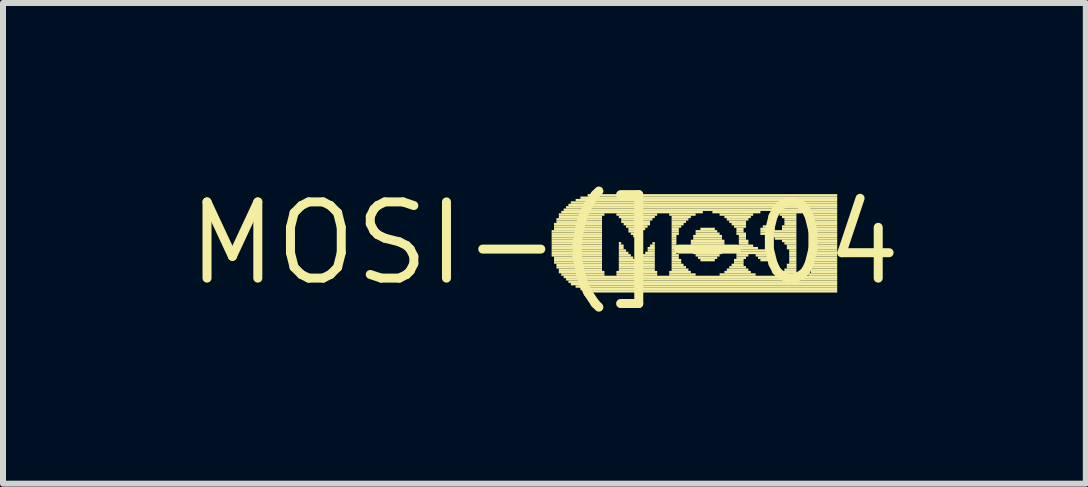
<source format=kicad_pcb>
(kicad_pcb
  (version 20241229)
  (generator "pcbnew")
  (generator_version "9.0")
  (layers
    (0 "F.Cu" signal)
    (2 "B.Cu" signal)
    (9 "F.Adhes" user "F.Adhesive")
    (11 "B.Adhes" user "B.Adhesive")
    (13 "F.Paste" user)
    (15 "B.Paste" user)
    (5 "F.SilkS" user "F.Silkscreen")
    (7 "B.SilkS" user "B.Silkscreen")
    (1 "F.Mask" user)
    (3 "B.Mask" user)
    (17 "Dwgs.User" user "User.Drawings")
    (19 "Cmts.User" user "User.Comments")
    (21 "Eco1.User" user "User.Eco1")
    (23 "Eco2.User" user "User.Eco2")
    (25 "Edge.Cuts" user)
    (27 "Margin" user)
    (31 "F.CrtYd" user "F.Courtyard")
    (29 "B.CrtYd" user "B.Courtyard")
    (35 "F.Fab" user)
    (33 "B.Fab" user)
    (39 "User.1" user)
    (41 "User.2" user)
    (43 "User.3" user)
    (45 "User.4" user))
  (footprint "MOSI-(]-04"
    (layer "F.Cu")
    (at 6.025 1.006)
    (property "Reference" "MOSI-(]-04" (at 0 0 0) (layer "F.SilkS") (effects (font (size 1.27 1.27) (thickness 0.15))))
    (attr through_hole)
    (fp_poly (pts (xy 0.12 -0.18) (xy 0.96 -0.18) (xy 0.96 -0.22) (xy 0.12 -0.22)) (stroke (width 0) (type solid)) (fill yes) (layer "F.SilkS"))
    (fp_poly (pts (xy 0.12 -0.14) (xy 0.96 -0.14) (xy 0.96 -0.18) (xy 0.12 -0.18)) (stroke (width 0) (type solid)) (fill yes) (layer "F.SilkS"))
    (fp_poly (pts (xy 0.12 -0.1) (xy 0.96 -0.1) (xy 0.96 -0.14) (xy 0.12 -0.14)) (stroke (width 0) (type solid)) (fill yes) (layer "F.SilkS"))
    (fp_poly (pts (xy 0.12 -0.06) (xy 0.96 -0.06) (xy 0.96 -0.1) (xy 0.12 -0.1)) (stroke (width 0) (type solid)) (fill yes) (layer "F.SilkS"))
    (fp_poly (pts (xy 0.12 -0.02) (xy 0.96 -0.02) (xy 0.96 -0.06) (xy 0.12 -0.06)) (stroke (width 0) (type solid)) (fill yes) (layer "F.SilkS"))
    (fp_poly (pts (xy 0.12 0.02) (xy 0.96 0.02) (xy 0.96 -0.02) (xy 0.12 -0.02)) (stroke (width 0) (type solid)) (fill yes) (layer "F.SilkS"))
    (fp_poly (pts (xy 0.12 0.06) (xy 0.96 0.06) (xy 0.96 0.02) (xy 0.12 0.02)) (stroke (width 0) (type solid)) (fill yes) (layer "F.SilkS"))
    (fp_poly (pts (xy 0.12 0.1) (xy 0.96 0.1) (xy 0.96 0.06) (xy 0.12 0.06)) (stroke (width 0) (type solid)) (fill yes) (layer "F.SilkS"))
    (fp_poly (pts (xy 0.12 0.14) (xy 0.96 0.14) (xy 0.96 0.1) (xy 0.12 0.1)) (stroke (width 0) (type solid)) (fill yes) (layer "F.SilkS"))
    (fp_poly (pts (xy 0.12 0.18) (xy 0.96 0.18) (xy 0.96 0.14) (xy 0.12 0.14)) (stroke (width 0) (type solid)) (fill yes) (layer "F.SilkS"))
    (fp_poly (pts (xy 0.12 0.22) (xy 0.96 0.22) (xy 0.96 0.18) (xy 0.12 0.18)) (stroke (width 0) (type solid)) (fill yes) (layer "F.SilkS"))
    (fp_poly (pts (xy 0.16 -0.3) (xy 0.96 -0.3) (xy 0.96 -0.34) (xy 0.16 -0.34)) (stroke (width 0) (type solid)) (fill yes) (layer "F.SilkS"))
    (fp_poly (pts (xy 0.16 -0.26) (xy 0.96 -0.26) (xy 0.96 -0.3) (xy 0.16 -0.3)) (stroke (width 0) (type solid)) (fill yes) (layer "F.SilkS"))
    (fp_poly (pts (xy 0.16 -0.22) (xy 0.96 -0.22) (xy 0.96 -0.26) (xy 0.16 -0.26)) (stroke (width 0) (type solid)) (fill yes) (layer "F.SilkS"))
    (fp_poly (pts (xy 0.16 0.26) (xy 0.96 0.26) (xy 0.96 0.22) (xy 0.16 0.22)) (stroke (width 0) (type solid)) (fill yes) (layer "F.SilkS"))
    (fp_poly (pts (xy 0.16 0.3) (xy 0.96 0.3) (xy 0.96 0.26) (xy 0.16 0.26)) (stroke (width 0) (type solid)) (fill yes) (layer "F.SilkS"))
    (fp_poly (pts (xy 0.16 0.34) (xy 0.96 0.34) (xy 0.96 0.3) (xy 0.16 0.3)) (stroke (width 0) (type solid)) (fill yes) (layer "F.SilkS"))
    (fp_poly (pts (xy 0.2 -0.38) (xy 0.96 -0.38) (xy 0.96 -0.42) (xy 0.2 -0.42)) (stroke (width 0) (type solid)) (fill yes) (layer "F.SilkS"))
    (fp_poly (pts (xy 0.2 -0.34) (xy 0.96 -0.34) (xy 0.96 -0.38) (xy 0.2 -0.38)) (stroke (width 0) (type solid)) (fill yes) (layer "F.SilkS"))
    (fp_poly (pts (xy 0.2 0.38) (xy 0.96 0.38) (xy 0.96 0.34) (xy 0.2 0.34)) (stroke (width 0) (type solid)) (fill yes) (layer "F.SilkS"))
    (fp_poly (pts (xy 0.2 0.42) (xy 0.96 0.42) (xy 0.96 0.38) (xy 0.2 0.38)) (stroke (width 0) (type solid)) (fill yes) (layer "F.SilkS"))
    (fp_poly (pts (xy 0.24 -0.46) (xy 1 -0.46) (xy 1 -0.5) (xy 0.24 -0.5)) (stroke (width 0) (type solid)) (fill yes) (layer "F.SilkS"))
    (fp_poly (pts (xy 0.24 -0.42) (xy 0.96 -0.42) (xy 0.96 -0.46) (xy 0.24 -0.46)) (stroke (width 0) (type solid)) (fill yes) (layer "F.SilkS"))
    (fp_poly (pts (xy 0.24 0.46) (xy 0.96 0.46) (xy 0.96 0.42) (xy 0.24 0.42)) (stroke (width 0) (type solid)) (fill yes) (layer "F.SilkS"))
    (fp_poly (pts (xy 0.24 0.5) (xy 1 0.5) (xy 1 0.46) (xy 0.24 0.46)) (stroke (width 0) (type solid)) (fill yes) (layer "F.SilkS"))
    (fp_poly (pts (xy 0.28 -0.5) (xy 2.64 -0.5) (xy 2.64 -0.54) (xy 0.28 -0.54)) (stroke (width 0) (type solid)) (fill yes) (layer "F.SilkS"))
    (fp_poly (pts (xy 0.28 0.54) (xy 1 0.54) (xy 1 0.5) (xy 0.28 0.5)) (stroke (width 0) (type solid)) (fill yes) (layer "F.SilkS"))
    (fp_poly (pts (xy 0.32 -0.54) (xy 4.88 -0.54) (xy 4.88 -0.58) (xy 0.32 -0.58)) (stroke (width 0) (type solid)) (fill yes) (layer "F.SilkS"))
    (fp_poly (pts (xy 0.32 0.58) (xy 4.88 0.58) (xy 4.88 0.54) (xy 0.32 0.54)) (stroke (width 0) (type solid)) (fill yes) (layer "F.SilkS"))
    (fp_poly (pts (xy 0.36 -0.58) (xy 4.88 -0.58) (xy 4.88 -0.62) (xy 0.36 -0.62)) (stroke (width 0) (type solid)) (fill yes) (layer "F.SilkS"))
    (fp_poly (pts (xy 0.36 0.62) (xy 4.88 0.62) (xy 4.88 0.58) (xy 0.36 0.58)) (stroke (width 0) (type solid)) (fill yes) (layer "F.SilkS"))
    (fp_poly (pts (xy 0.4 -0.62) (xy 4.88 -0.62) (xy 4.88 -0.66) (xy 0.4 -0.66)) (stroke (width 0) (type solid)) (fill yes) (layer "F.SilkS"))
    (fp_poly (pts (xy 0.4 0.66) (xy 4.88 0.66) (xy 4.88 0.62) (xy 0.4 0.62)) (stroke (width 0) (type solid)) (fill yes) (layer "F.SilkS"))
    (fp_poly (pts (xy 0.44 -0.66) (xy 4.88 -0.66) (xy 4.88 -0.7) (xy 0.44 -0.7)) (stroke (width 0) (type solid)) (fill yes) (layer "F.SilkS"))
    (fp_poly (pts (xy 0.44 0.7) (xy 4.88 0.7) (xy 4.88 0.66) (xy 0.44 0.66)) (stroke (width 0) (type solid)) (fill yes) (layer "F.SilkS"))
    (fp_poly (pts (xy 0.52 -0.7) (xy 4.88 -0.7) (xy 4.88 -0.74) (xy 0.52 -0.74)) (stroke (width 0) (type solid)) (fill yes) (layer "F.SilkS"))
    (fp_poly (pts (xy 0.52 0.74) (xy 4.88 0.74) (xy 4.88 0.7) (xy 0.52 0.7)) (stroke (width 0) (type solid)) (fill yes) (layer "F.SilkS"))
    (fp_poly (pts (xy 0.6 -0.74) (xy 4.88 -0.74) (xy 4.88 -0.78) (xy 0.6 -0.78)) (stroke (width 0) (type solid)) (fill yes) (layer "F.SilkS"))
    (fp_poly (pts (xy 0.6 0.78) (xy 4.88 0.78) (xy 4.88 0.74) (xy 0.6 0.74)) (stroke (width 0) (type solid)) (fill yes) (layer "F.SilkS"))
    (fp_poly (pts (xy 0.72 -0.78) (xy 4.88 -0.78) (xy 4.88 -0.82) (xy 0.72 -0.82)) (stroke (width 0) (type solid)) (fill yes) (layer "F.SilkS"))
    (fp_poly (pts (xy 0.72 0.82) (xy 4.88 0.82) (xy 4.88 0.78) (xy 0.72 0.78)) (stroke (width 0) (type solid)) (fill yes) (layer "F.SilkS"))
    (fp_poly (pts (xy 1.2 -0.46) (xy 1.88 -0.46) (xy 1.88 -0.5) (xy 1.2 -0.5)) (stroke (width 0) (type solid)) (fill yes) (layer "F.SilkS"))
    (fp_poly (pts (xy 1.2 0.5) (xy 1.88 0.5) (xy 1.88 0.46) (xy 1.2 0.46)) (stroke (width 0) (type solid)) (fill yes) (layer "F.SilkS"))
    (fp_poly (pts (xy 1.2 0.54) (xy 1.88 0.54) (xy 1.88 0.5) (xy 1.2 0.5)) (stroke (width 0) (type solid)) (fill yes) (layer "F.SilkS"))
    (fp_poly (pts (xy 1.24 -0.42) (xy 1.84 -0.42) (xy 1.84 -0.46) (xy 1.24 -0.46)) (stroke (width 0) (type solid)) (fill yes) (layer "F.SilkS"))
    (fp_poly (pts (xy 1.24 0.02) (xy 1.28 0.02) (xy 1.28 -0.02) (xy 1.24 -0.02)) (stroke (width 0) (type solid)) (fill yes) (layer "F.SilkS"))
    (fp_poly (pts (xy 1.24 0.06) (xy 1.32 0.06) (xy 1.32 0.02) (xy 1.24 0.02)) (stroke (width 0) (type solid)) (fill yes) (layer "F.SilkS"))
    (fp_poly (pts (xy 1.24 0.1) (xy 1.32 0.1) (xy 1.32 0.06) (xy 1.24 0.06)) (stroke (width 0) (type solid)) (fill yes) (layer "F.SilkS"))
    (fp_poly (pts (xy 1.24 0.14) (xy 1.36 0.14) (xy 1.36 0.1) (xy 1.24 0.1)) (stroke (width 0) (type solid)) (fill yes) (layer "F.SilkS"))
    (fp_poly (pts (xy 1.24 0.18) (xy 1.4 0.18) (xy 1.4 0.14) (xy 1.24 0.14)) (stroke (width 0) (type solid)) (fill yes) (layer "F.SilkS"))
    (fp_poly (pts (xy 1.24 0.22) (xy 1.44 0.22) (xy 1.44 0.18) (xy 1.24 0.18)) (stroke (width 0) (type solid)) (fill yes) (layer "F.SilkS"))
    (fp_poly (pts (xy 1.24 0.26) (xy 1.48 0.26) (xy 1.48 0.22) (xy 1.24 0.22)) (stroke (width 0) (type solid)) (fill yes) (layer "F.SilkS"))
    (fp_poly (pts (xy 1.24 0.3) (xy 1.84 0.3) (xy 1.84 0.26) (xy 1.24 0.26)) (stroke (width 0) (type solid)) (fill yes) (layer "F.SilkS"))
    (fp_poly (pts (xy 1.24 0.34) (xy 1.84 0.34) (xy 1.84 0.3) (xy 1.24 0.3)) (stroke (width 0) (type solid)) (fill yes) (layer "F.SilkS"))
    (fp_poly (pts (xy 1.24 0.38) (xy 1.84 0.38) (xy 1.84 0.34) (xy 1.24 0.34)) (stroke (width 0) (type solid)) (fill yes) (layer "F.SilkS"))
    (fp_poly (pts (xy 1.24 0.42) (xy 1.84 0.42) (xy 1.84 0.38) (xy 1.24 0.38)) (stroke (width 0) (type solid)) (fill yes) (layer "F.SilkS"))
    (fp_poly (pts (xy 1.24 0.46) (xy 1.84 0.46) (xy 1.84 0.42) (xy 1.24 0.42)) (stroke (width 0) (type solid)) (fill yes) (layer "F.SilkS"))
    (fp_poly (pts (xy 1.28 -0.38) (xy 1.8 -0.38) (xy 1.8 -0.42) (xy 1.28 -0.42)) (stroke (width 0) (type solid)) (fill yes) (layer "F.SilkS"))
    (fp_poly (pts (xy 1.28 -0.34) (xy 1.76 -0.34) (xy 1.76 -0.38) (xy 1.28 -0.38)) (stroke (width 0) (type solid)) (fill yes) (layer "F.SilkS"))
    (fp_poly (pts (xy 1.32 -0.3) (xy 1.76 -0.3) (xy 1.76 -0.34) (xy 1.32 -0.34)) (stroke (width 0) (type solid)) (fill yes) (layer "F.SilkS"))
    (fp_poly (pts (xy 1.36 -0.26) (xy 1.72 -0.26) (xy 1.72 -0.3) (xy 1.36 -0.3)) (stroke (width 0) (type solid)) (fill yes) (layer "F.SilkS"))
    (fp_poly (pts (xy 1.4 -0.22) (xy 1.68 -0.22) (xy 1.68 -0.26) (xy 1.4 -0.26)) (stroke (width 0) (type solid)) (fill yes) (layer "F.SilkS"))
    (fp_poly (pts (xy 1.4 -0.18) (xy 1.64 -0.18) (xy 1.64 -0.22) (xy 1.4 -0.22)) (stroke (width 0) (type solid)) (fill yes) (layer "F.SilkS"))
    (fp_poly (pts (xy 1.44 -0.14) (xy 1.64 -0.14) (xy 1.64 -0.18) (xy 1.44 -0.18)) (stroke (width 0) (type solid)) (fill yes) (layer "F.SilkS"))
    (fp_poly (pts (xy 1.48 -0.1) (xy 1.6 -0.1) (xy 1.6 -0.14) (xy 1.48 -0.14)) (stroke (width 0) (type solid)) (fill yes) (layer "F.SilkS"))
    (fp_poly (pts (xy 1.52 -0.06) (xy 1.56 -0.06) (xy 1.56 -0.1) (xy 1.52 -0.1)) (stroke (width 0) (type solid)) (fill yes) (layer "F.SilkS"))
    (fp_poly (pts (xy 1.6 0.26) (xy 1.84 0.26) (xy 1.84 0.22) (xy 1.6 0.22)) (stroke (width 0) (type solid)) (fill yes) (layer "F.SilkS"))
    (fp_poly (pts (xy 1.64 0.22) (xy 1.84 0.22) (xy 1.84 0.18) (xy 1.64 0.18)) (stroke (width 0) (type solid)) (fill yes) (layer "F.SilkS"))
    (fp_poly (pts (xy 1.68 0.18) (xy 1.84 0.18) (xy 1.84 0.14) (xy 1.68 0.14)) (stroke (width 0) (type solid)) (fill yes) (layer "F.SilkS"))
    (fp_poly (pts (xy 1.72 0.1) (xy 1.84 0.1) (xy 1.84 0.06) (xy 1.72 0.06)) (stroke (width 0) (type solid)) (fill yes) (layer "F.SilkS"))
    (fp_poly (pts (xy 1.72 0.14) (xy 1.84 0.14) (xy 1.84 0.1) (xy 1.72 0.1)) (stroke (width 0) (type solid)) (fill yes) (layer "F.SilkS"))
    (fp_poly (pts (xy 1.76 0.06) (xy 1.84 0.06) (xy 1.84 0.02) (xy 1.76 0.02)) (stroke (width 0) (type solid)) (fill yes) (layer "F.SilkS"))
    (fp_poly (pts (xy 1.8 0.02) (xy 1.84 0.02) (xy 1.84 -0.02) (xy 1.8 -0.02)) (stroke (width 0) (type solid)) (fill yes) (layer "F.SilkS"))
    (fp_poly (pts (xy 2.08 -0.46) (xy 2.52 -0.46) (xy 2.52 -0.5) (xy 2.08 -0.5)) (stroke (width 0) (type solid)) (fill yes) (layer "F.SilkS"))
    (fp_poly (pts (xy 2.08 0.5) (xy 2.44 0.5) (xy 2.44 0.46) (xy 2.08 0.46)) (stroke (width 0) (type solid)) (fill yes) (layer "F.SilkS"))
    (fp_poly (pts (xy 2.08 0.54) (xy 2.52 0.54) (xy 2.52 0.5) (xy 2.08 0.5)) (stroke (width 0) (type solid)) (fill yes) (layer "F.SilkS"))
    (fp_poly (pts (xy 2.12 -0.42) (xy 2.44 -0.42) (xy 2.44 -0.46) (xy 2.12 -0.46)) (stroke (width 0) (type solid)) (fill yes) (layer "F.SilkS"))
    (fp_poly (pts (xy 2.12 -0.38) (xy 2.4 -0.38) (xy 2.4 -0.42) (xy 2.12 -0.42)) (stroke (width 0) (type solid)) (fill yes) (layer "F.SilkS"))
    (fp_poly (pts (xy 2.12 -0.34) (xy 2.36 -0.34) (xy 2.36 -0.38) (xy 2.12 -0.38)) (stroke (width 0) (type solid)) (fill yes) (layer "F.SilkS"))
    (fp_poly (pts (xy 2.12 -0.3) (xy 2.32 -0.3) (xy 2.32 -0.34) (xy 2.12 -0.34)) (stroke (width 0) (type solid)) (fill yes) (layer "F.SilkS"))
    (fp_poly (pts (xy 2.12 -0.26) (xy 2.28 -0.26) (xy 2.28 -0.3) (xy 2.12 -0.3)) (stroke (width 0) (type solid)) (fill yes) (layer "F.SilkS"))
    (fp_poly (pts (xy 2.12 -0.22) (xy 2.24 -0.22) (xy 2.24 -0.26) (xy 2.12 -0.26)) (stroke (width 0) (type solid)) (fill yes) (layer "F.SilkS"))
    (fp_poly (pts (xy 2.12 -0.18) (xy 2.24 -0.18) (xy 2.24 -0.22) (xy 2.12 -0.22)) (stroke (width 0) (type solid)) (fill yes) (layer "F.SilkS"))
    (fp_poly (pts (xy 2.12 -0.14) (xy 2.24 -0.14) (xy 2.24 -0.18) (xy 2.12 -0.18)) (stroke (width 0) (type solid)) (fill yes) (layer "F.SilkS"))
    (fp_poly (pts (xy 2.12 -0.1) (xy 2.2 -0.1) (xy 2.2 -0.14) (xy 2.12 -0.14)) (stroke (width 0) (type solid)) (fill yes) (layer "F.SilkS"))
    (fp_poly (pts (xy 2.12 -0.06) (xy 2.2 -0.06) (xy 2.2 -0.1) (xy 2.12 -0.1)) (stroke (width 0) (type solid)) (fill yes) (layer "F.SilkS"))
    (fp_poly (pts (xy 2.12 -0.02) (xy 2.2 -0.02) (xy 2.2 -0.06) (xy 2.12 -0.06)) (stroke (width 0) (type solid)) (fill yes) (layer "F.SilkS"))
    (fp_poly (pts (xy 2.12 0.02) (xy 2.2 0.02) (xy 2.2 -0.02) (xy 2.12 -0.02)) (stroke (width 0) (type solid)) (fill yes) (layer "F.SilkS"))
    (fp_poly (pts (xy 2.12 0.06) (xy 2.2 0.06) (xy 2.2 0.02) (xy 2.12 0.02)) (stroke (width 0) (type solid)) (fill yes) (layer "F.SilkS"))
    (fp_poly (pts (xy 2.12 0.1) (xy 2.2 0.1) (xy 2.2 0.06) (xy 2.12 0.06)) (stroke (width 0) (type solid)) (fill yes) (layer "F.SilkS"))
    (fp_poly (pts (xy 2.12 0.14) (xy 2.2 0.14) (xy 2.2 0.1) (xy 2.12 0.1)) (stroke (width 0) (type solid)) (fill yes) (layer "F.SilkS"))
    (fp_poly (pts (xy 2.12 0.18) (xy 2.2 0.18) (xy 2.2 0.14) (xy 2.12 0.14)) (stroke (width 0) (type solid)) (fill yes) (layer "F.SilkS"))
    (fp_poly (pts (xy 2.12 0.22) (xy 2.24 0.22) (xy 2.24 0.18) (xy 2.12 0.18)) (stroke (width 0) (type solid)) (fill yes) (layer "F.SilkS"))
    (fp_poly (pts (xy 2.12 0.26) (xy 2.24 0.26) (xy 2.24 0.22) (xy 2.12 0.22)) (stroke (width 0) (type solid)) (fill yes) (layer "F.SilkS"))
    (fp_poly (pts (xy 2.12 0.3) (xy 2.28 0.3) (xy 2.28 0.26) (xy 2.12 0.26)) (stroke (width 0) (type solid)) (fill yes) (layer "F.SilkS"))
    (fp_poly (pts (xy 2.12 0.34) (xy 2.28 0.34) (xy 2.28 0.3) (xy 2.12 0.3)) (stroke (width 0) (type solid)) (fill yes) (layer "F.SilkS"))
    (fp_poly (pts (xy 2.12 0.38) (xy 2.32 0.38) (xy 2.32 0.34) (xy 2.12 0.34)) (stroke (width 0) (type solid)) (fill yes) (layer "F.SilkS"))
    (fp_poly (pts (xy 2.12 0.42) (xy 2.36 0.42) (xy 2.36 0.38) (xy 2.12 0.38)) (stroke (width 0) (type solid)) (fill yes) (layer "F.SilkS"))
    (fp_poly (pts (xy 2.12 0.46) (xy 2.4 0.46) (xy 2.4 0.42) (xy 2.12 0.42)) (stroke (width 0) (type solid)) (fill yes) (layer "F.SilkS"))
    (fp_poly (pts (xy 2.44 -0.02) (xy 3 -0.02) (xy 3 -0.06) (xy 2.44 -0.06)) (stroke (width 0) (type solid)) (fill yes) (layer "F.SilkS"))
    (fp_poly (pts (xy 2.44 0.02) (xy 3 0.02) (xy 3 -0.02) (xy 2.44 -0.02)) (stroke (width 0) (type solid)) (fill yes) (layer "F.SilkS"))
    (fp_poly (pts (xy 2.44 0.06) (xy 3 0.06) (xy 3 0.02) (xy 2.44 0.02)) (stroke (width 0) (type solid)) (fill yes) (layer "F.SilkS"))
    (fp_poly (pts (xy 2.44 0.1) (xy 3 0.1) (xy 3 0.06) (xy 2.44 0.06)) (stroke (width 0) (type solid)) (fill yes) (layer "F.SilkS"))
    (fp_poly (pts (xy 2.48 -0.1) (xy 2.96 -0.1) (xy 2.96 -0.14) (xy 2.48 -0.14)) (stroke (width 0) (type solid)) (fill yes) (layer "F.SilkS"))
    (fp_poly (pts (xy 2.48 -0.06) (xy 2.96 -0.06) (xy 2.96 -0.1) (xy 2.48 -0.1)) (stroke (width 0) (type solid)) (fill yes) (layer "F.SilkS"))
    (fp_poly (pts (xy 2.48 0.14) (xy 2.96 0.14) (xy 2.96 0.1) (xy 2.48 0.1)) (stroke (width 0) (type solid)) (fill yes) (layer "F.SilkS"))
    (fp_poly (pts (xy 2.48 0.18) (xy 2.96 0.18) (xy 2.96 0.14) (xy 2.48 0.14)) (stroke (width 0) (type solid)) (fill yes) (layer "F.SilkS"))
    (fp_poly (pts (xy 2.52 -0.18) (xy 2.88 -0.18) (xy 2.88 -0.22) (xy 2.52 -0.22)) (stroke (width 0) (type solid)) (fill yes) (layer "F.SilkS"))
    (fp_poly (pts (xy 2.52 -0.14) (xy 2.92 -0.14) (xy 2.92 -0.18) (xy 2.52 -0.18)) (stroke (width 0) (type solid)) (fill yes) (layer "F.SilkS"))
    (fp_poly (pts (xy 2.52 0.22) (xy 2.92 0.22) (xy 2.92 0.18) (xy 2.52 0.18)) (stroke (width 0) (type solid)) (fill yes) (layer "F.SilkS"))
    (fp_poly (pts (xy 2.56 0.26) (xy 2.88 0.26) (xy 2.88 0.22) (xy 2.56 0.22)) (stroke (width 0) (type solid)) (fill yes) (layer "F.SilkS"))
    (fp_poly (pts (xy 2.6 -0.22) (xy 2.84 -0.22) (xy 2.84 -0.26) (xy 2.6 -0.26)) (stroke (width 0) (type solid)) (fill yes) (layer "F.SilkS"))
    (fp_poly (pts (xy 2.6 0.3) (xy 2.84 0.3) (xy 2.84 0.26) (xy 2.6 0.26)) (stroke (width 0) (type solid)) (fill yes) (layer "F.SilkS"))
    (fp_poly (pts (xy 2.8 -0.5) (xy 3.6 -0.5) (xy 3.6 -0.54) (xy 2.8 -0.54)) (stroke (width 0) (type solid)) (fill yes) (layer "F.SilkS"))
    (fp_poly (pts (xy 2.92 -0.46) (xy 3.48 -0.46) (xy 3.48 -0.5) (xy 2.92 -0.5)) (stroke (width 0) (type solid)) (fill yes) (layer "F.SilkS"))
    (fp_poly (pts (xy 2.92 0.54) (xy 3.52 0.54) (xy 3.52 0.5) (xy 2.92 0.5)) (stroke (width 0) (type solid)) (fill yes) (layer "F.SilkS"))
    (fp_poly (pts (xy 3 -0.42) (xy 3.44 -0.42) (xy 3.44 -0.46) (xy 3 -0.46)) (stroke (width 0) (type solid)) (fill yes) (layer "F.SilkS"))
    (fp_poly (pts (xy 3 0.5) (xy 3.44 0.5) (xy 3.44 0.46) (xy 3 0.46)) (stroke (width 0) (type solid)) (fill yes) (layer "F.SilkS"))
    (fp_poly (pts (xy 3.04 -0.38) (xy 3.4 -0.38) (xy 3.4 -0.42) (xy 3.04 -0.42)) (stroke (width 0) (type solid)) (fill yes) (layer "F.SilkS"))
    (fp_poly (pts (xy 3.04 0.46) (xy 3.4 0.46) (xy 3.4 0.42) (xy 3.04 0.42)) (stroke (width 0) (type solid)) (fill yes) (layer "F.SilkS"))
    (fp_poly (pts (xy 3.08 -0.34) (xy 3.36 -0.34) (xy 3.36 -0.38) (xy 3.08 -0.38)) (stroke (width 0) (type solid)) (fill yes) (layer "F.SilkS"))
    (fp_poly (pts (xy 3.08 0.42) (xy 3.36 0.42) (xy 3.36 0.38) (xy 3.08 0.38)) (stroke (width 0) (type solid)) (fill yes) (layer "F.SilkS"))
    (fp_poly (pts (xy 3.12 -0.3) (xy 3.36 -0.3) (xy 3.36 -0.34) (xy 3.12 -0.34)) (stroke (width 0) (type solid)) (fill yes) (layer "F.SilkS"))
    (fp_poly (pts (xy 3.12 0.38) (xy 3.32 0.38) (xy 3.32 0.34) (xy 3.12 0.34)) (stroke (width 0) (type solid)) (fill yes) (layer "F.SilkS"))
    (fp_poly (pts (xy 3.16 -0.26) (xy 3.36 -0.26) (xy 3.36 -0.3) (xy 3.16 -0.3)) (stroke (width 0) (type solid)) (fill yes) (layer "F.SilkS"))
    (fp_poly (pts (xy 3.16 0.3) (xy 3.32 0.3) (xy 3.32 0.26) (xy 3.16 0.26)) (stroke (width 0) (type solid)) (fill yes) (layer "F.SilkS"))
    (fp_poly (pts (xy 3.16 0.34) (xy 3.32 0.34) (xy 3.32 0.3) (xy 3.16 0.3)) (stroke (width 0) (type solid)) (fill yes) (layer "F.SilkS"))
    (fp_poly (pts (xy 3.2 -0.22) (xy 3.32 -0.22) (xy 3.32 -0.26) (xy 3.2 -0.26)) (stroke (width 0) (type solid)) (fill yes) (layer "F.SilkS"))
    (fp_poly (pts (xy 3.2 -0.18) (xy 3.32 -0.18) (xy 3.32 -0.22) (xy 3.2 -0.22)) (stroke (width 0) (type solid)) (fill yes) (layer "F.SilkS"))
    (fp_poly (pts (xy 3.2 -0.14) (xy 3.36 -0.14) (xy 3.36 -0.18) (xy 3.2 -0.18)) (stroke (width 0) (type solid)) (fill yes) (layer "F.SilkS"))
    (fp_poly (pts (xy 3.2 0.18) (xy 3.8 0.18) (xy 3.8 0.14) (xy 3.2 0.14)) (stroke (width 0) (type solid)) (fill yes) (layer "F.SilkS"))
    (fp_poly (pts (xy 3.2 0.22) (xy 3.4 0.22) (xy 3.4 0.18) (xy 3.2 0.18)) (stroke (width 0) (type solid)) (fill yes) (layer "F.SilkS"))
    (fp_poly (pts (xy 3.2 0.26) (xy 3.36 0.26) (xy 3.36 0.22) (xy 3.2 0.22)) (stroke (width 0) (type solid)) (fill yes) (layer "F.SilkS"))
    (fp_poly (pts (xy 3.24 -0.1) (xy 3.36 -0.1) (xy 3.36 -0.14) (xy 3.24 -0.14)) (stroke (width 0) (type solid)) (fill yes) (layer "F.SilkS"))
    (fp_poly (pts (xy 3.24 -0.06) (xy 3.36 -0.06) (xy 3.36 -0.1) (xy 3.24 -0.1)) (stroke (width 0) (type solid)) (fill yes) (layer "F.SilkS"))
    (fp_poly (pts (xy 3.24 -0.02) (xy 3.4 -0.02) (xy 3.4 -0.06) (xy 3.24 -0.06)) (stroke (width 0) (type solid)) (fill yes) (layer "F.SilkS"))
    (fp_poly (pts (xy 3.24 0.02) (xy 3.4 0.02) (xy 3.4 -0.02) (xy 3.24 -0.02)) (stroke (width 0) (type solid)) (fill yes) (layer "F.SilkS"))
    (fp_poly (pts (xy 3.24 0.06) (xy 3.48 0.06) (xy 3.48 0.02) (xy 3.24 0.02)) (stroke (width 0) (type solid)) (fill yes) (layer "F.SilkS"))
    (fp_poly (pts (xy 3.24 0.1) (xy 3.56 0.1) (xy 3.56 0.06) (xy 3.24 0.06)) (stroke (width 0) (type solid)) (fill yes) (layer "F.SilkS"))
    (fp_poly (pts (xy 3.24 0.14) (xy 3.72 0.14) (xy 3.72 0.1) (xy 3.24 0.1)) (stroke (width 0) (type solid)) (fill yes) (layer "F.SilkS"))
    (fp_poly (pts (xy 3.52 0.22) (xy 3.84 0.22) (xy 3.84 0.18) (xy 3.52 0.18)) (stroke (width 0) (type solid)) (fill yes) (layer "F.SilkS"))
    (fp_poly (pts (xy 3.56 0.26) (xy 3.84 0.26) (xy 3.84 0.22) (xy 3.56 0.22)) (stroke (width 0) (type solid)) (fill yes) (layer "F.SilkS"))
    (fp_poly (pts (xy 3.6 -0.22) (xy 3.84 -0.22) (xy 3.84 -0.26) (xy 3.6 -0.26)) (stroke (width 0) (type solid)) (fill yes) (layer "F.SilkS"))
    (fp_poly (pts (xy 3.6 -0.18) (xy 4.2 -0.18) (xy 4.2 -0.22) (xy 3.6 -0.22)) (stroke (width 0) (type solid)) (fill yes) (layer "F.SilkS"))
    (fp_poly (pts (xy 3.6 -0.14) (xy 4.2 -0.14) (xy 4.2 -0.18) (xy 3.6 -0.18)) (stroke (width 0) (type solid)) (fill yes) (layer "F.SilkS"))
    (fp_poly (pts (xy 3.6 0.3) (xy 3.8 0.3) (xy 3.8 0.26) (xy 3.6 0.26)) (stroke (width 0) (type solid)) (fill yes) (layer "F.SilkS"))
    (fp_poly (pts (xy 3.64 -0.26) (xy 3.76 -0.26) (xy 3.76 -0.3) (xy 3.64 -0.3)) (stroke (width 0) (type solid)) (fill yes) (layer "F.SilkS"))
    (fp_poly (pts (xy 3.68 -0.1) (xy 4.2 -0.1) (xy 4.2 -0.14) (xy 3.68 -0.14)) (stroke (width 0) (type solid)) (fill yes) (layer "F.SilkS"))
    (fp_poly (pts (xy 3.8 -0.5) (xy 4.88 -0.5) (xy 4.88 -0.54) (xy 3.8 -0.54)) (stroke (width 0) (type solid)) (fill yes) (layer "F.SilkS"))
    (fp_poly (pts (xy 3.84 -0.06) (xy 4.2 -0.06) (xy 4.2 -0.1) (xy 3.84 -0.1)) (stroke (width 0) (type solid)) (fill yes) (layer "F.SilkS"))
    (fp_poly (pts (xy 3.88 0.54) (xy 4.2 0.54) (xy 4.2 0.5) (xy 3.88 0.5)) (stroke (width 0) (type solid)) (fill yes) (layer "F.SilkS"))
    (fp_poly (pts (xy 3.92 -0.46) (xy 4.2 -0.46) (xy 4.2 -0.5) (xy 3.92 -0.5)) (stroke (width 0) (type solid)) (fill yes) (layer "F.SilkS"))
    (fp_poly (pts (xy 3.96 -0.42) (xy 4.2 -0.42) (xy 4.2 -0.46) (xy 3.96 -0.46)) (stroke (width 0) (type solid)) (fill yes) (layer "F.SilkS"))
    (fp_poly (pts (xy 3.96 -0.26) (xy 4.2 -0.26) (xy 4.2 -0.3) (xy 3.96 -0.3)) (stroke (width 0) (type solid)) (fill yes) (layer "F.SilkS"))
    (fp_poly (pts (xy 3.96 -0.22) (xy 4.2 -0.22) (xy 4.2 -0.26) (xy 3.96 -0.26)) (stroke (width 0) (type solid)) (fill yes) (layer "F.SilkS"))
    (fp_poly (pts (xy 3.96 -0.02) (xy 4.2 -0.02) (xy 4.2 -0.06) (xy 3.96 -0.06)) (stroke (width 0) (type solid)) (fill yes) (layer "F.SilkS"))
    (fp_poly (pts (xy 3.96 0.5) (xy 4.2 0.5) (xy 4.2 0.46) (xy 3.96 0.46)) (stroke (width 0) (type solid)) (fill yes) (layer "F.SilkS"))
    (fp_poly (pts (xy 4 -0.38) (xy 4.2 -0.38) (xy 4.2 -0.42) (xy 4 -0.42)) (stroke (width 0) (type solid)) (fill yes) (layer "F.SilkS"))
    (fp_poly (pts (xy 4 -0.34) (xy 4.2 -0.34) (xy 4.2 -0.38) (xy 4 -0.38)) (stroke (width 0) (type solid)) (fill yes) (layer "F.SilkS"))
    (fp_poly (pts (xy 4 -0.3) (xy 4.2 -0.3) (xy 4.2 -0.34) (xy 4 -0.34)) (stroke (width 0) (type solid)) (fill yes) (layer "F.SilkS"))
    (fp_poly (pts (xy 4 0.02) (xy 4.2 0.02) (xy 4.2 -0.02) (xy 4 -0.02)) (stroke (width 0) (type solid)) (fill yes) (layer "F.SilkS"))
    (fp_poly (pts (xy 4 0.46) (xy 4.2 0.46) (xy 4.2 0.42) (xy 4 0.42)) (stroke (width 0) (type solid)) (fill yes) (layer "F.SilkS"))
    (fp_poly (pts (xy 4.04 0.06) (xy 4.2 0.06) (xy 4.2 0.02) (xy 4.04 0.02)) (stroke (width 0) (type solid)) (fill yes) (layer "F.SilkS"))
    (fp_poly (pts (xy 4.04 0.1) (xy 4.2 0.1) (xy 4.2 0.06) (xy 4.04 0.06)) (stroke (width 0) (type solid)) (fill yes) (layer "F.SilkS"))
    (fp_poly (pts (xy 4.04 0.38) (xy 4.2 0.38) (xy 4.2 0.34) (xy 4.04 0.34)) (stroke (width 0) (type solid)) (fill yes) (layer "F.SilkS"))
    (fp_poly (pts (xy 4.04 0.42) (xy 4.2 0.42) (xy 4.2 0.38) (xy 4.04 0.38)) (stroke (width 0) (type solid)) (fill yes) (layer "F.SilkS"))
    (fp_poly (pts (xy 4.08 0.14) (xy 4.2 0.14) (xy 4.2 0.1) (xy 4.08 0.1)) (stroke (width 0) (type solid)) (fill yes) (layer "F.SilkS"))
    (fp_poly (pts (xy 4.08 0.18) (xy 4.2 0.18) (xy 4.2 0.14) (xy 4.08 0.14)) (stroke (width 0) (type solid)) (fill yes) (layer "F.SilkS"))
    (fp_poly (pts (xy 4.08 0.22) (xy 4.2 0.22) (xy 4.2 0.18) (xy 4.08 0.18)) (stroke (width 0) (type solid)) (fill yes) (layer "F.SilkS"))
    (fp_poly (pts (xy 4.08 0.26) (xy 4.2 0.26) (xy 4.2 0.22) (xy 4.08 0.22)) (stroke (width 0) (type solid)) (fill yes) (layer "F.SilkS"))
    (fp_poly (pts (xy 4.08 0.3) (xy 4.2 0.3) (xy 4.2 0.26) (xy 4.08 0.26)) (stroke (width 0) (type solid)) (fill yes) (layer "F.SilkS"))
    (fp_poly (pts (xy 4.08 0.34) (xy 4.2 0.34) (xy 4.2 0.3) (xy 4.08 0.3)) (stroke (width 0) (type solid)) (fill yes) (layer "F.SilkS"))
    (fp_poly (pts (xy 4.4 -0.46) (xy 4.88 -0.46) (xy 4.88 -0.5) (xy 4.4 -0.5)) (stroke (width 0) (type solid)) (fill yes) (layer "F.SilkS"))
    (fp_poly (pts (xy 4.4 0.54) (xy 4.88 0.54) (xy 4.88 0.5) (xy 4.4 0.5)) (stroke (width 0) (type solid)) (fill yes) (layer "F.SilkS"))
    (fp_poly (pts (xy 4.44 -0.42) (xy 4.88 -0.42) (xy 4.88 -0.46) (xy 4.44 -0.46)) (stroke (width 0) (type solid)) (fill yes) (layer "F.SilkS"))
    (fp_poly (pts (xy 4.44 -0.38) (xy 4.88 -0.38) (xy 4.88 -0.42) (xy 4.44 -0.42)) (stroke (width 0) (type solid)) (fill yes) (layer "F.SilkS"))
    (fp_poly (pts (xy 4.44 -0.34) (xy 4.88 -0.34) (xy 4.88 -0.38) (xy 4.44 -0.38)) (stroke (width 0) (type solid)) (fill yes) (layer "F.SilkS"))
    (fp_poly (pts (xy 4.44 -0.3) (xy 4.88 -0.3) (xy 4.88 -0.34) (xy 4.44 -0.34)) (stroke (width 0) (type solid)) (fill yes) (layer "F.SilkS"))
    (fp_poly (pts (xy 4.44 -0.26) (xy 4.88 -0.26) (xy 4.88 -0.3) (xy 4.44 -0.3)) (stroke (width 0) (type solid)) (fill yes) (layer "F.SilkS"))
    (fp_poly (pts (xy 4.44 -0.22) (xy 4.88 -0.22) (xy 4.88 -0.26) (xy 4.44 -0.26)) (stroke (width 0) (type solid)) (fill yes) (layer "F.SilkS"))
    (fp_poly (pts (xy 4.44 -0.18) (xy 4.88 -0.18) (xy 4.88 -0.22) (xy 4.44 -0.22)) (stroke (width 0) (type solid)) (fill yes) (layer "F.SilkS"))
    (fp_poly (pts (xy 4.44 -0.14) (xy 4.88 -0.14) (xy 4.88 -0.18) (xy 4.44 -0.18)) (stroke (width 0) (type solid)) (fill yes) (layer "F.SilkS"))
    (fp_poly (pts (xy 4.44 -0.1) (xy 4.88 -0.1) (xy 4.88 -0.14) (xy 4.44 -0.14)) (stroke (width 0) (type solid)) (fill yes) (layer "F.SilkS"))
    (fp_poly (pts (xy 4.44 -0.06) (xy 4.88 -0.06) (xy 4.88 -0.1) (xy 4.44 -0.1)) (stroke (width 0) (type solid)) (fill yes) (layer "F.SilkS"))
    (fp_poly (pts (xy 4.44 -0.02) (xy 4.88 -0.02) (xy 4.88 -0.06) (xy 4.44 -0.06)) (stroke (width 0) (type solid)) (fill yes) (layer "F.SilkS"))
    (fp_poly (pts (xy 4.44 0.02) (xy 4.88 0.02) (xy 4.88 -0.02) (xy 4.44 -0.02)) (stroke (width 0) (type solid)) (fill yes) (layer "F.SilkS"))
    (fp_poly (pts (xy 4.44 0.06) (xy 4.88 0.06) (xy 4.88 0.02) (xy 4.44 0.02)) (stroke (width 0) (type solid)) (fill yes) (layer "F.SilkS"))
    (fp_poly (pts (xy 4.44 0.1) (xy 4.88 0.1) (xy 4.88 0.06) (xy 4.44 0.06)) (stroke (width 0) (type solid)) (fill yes) (layer "F.SilkS"))
    (fp_poly (pts (xy 4.44 0.14) (xy 4.88 0.14) (xy 4.88 0.1) (xy 4.44 0.1)) (stroke (width 0) (type solid)) (fill yes) (layer "F.SilkS"))
    (fp_poly (pts (xy 4.44 0.18) (xy 4.88 0.18) (xy 4.88 0.14) (xy 4.44 0.14)) (stroke (width 0) (type solid)) (fill yes) (layer "F.SilkS"))
    (fp_poly (pts (xy 4.44 0.22) (xy 4.88 0.22) (xy 4.88 0.18) (xy 4.44 0.18)) (stroke (width 0) (type solid)) (fill yes) (layer "F.SilkS"))
    (fp_poly (pts (xy 4.44 0.26) (xy 4.88 0.26) (xy 4.88 0.22) (xy 4.44 0.22)) (stroke (width 0) (type solid)) (fill yes) (layer "F.SilkS"))
    (fp_poly (pts (xy 4.44 0.3) (xy 4.88 0.3) (xy 4.88 0.26) (xy 4.44 0.26)) (stroke (width 0) (type solid)) (fill yes) (layer "F.SilkS"))
    (fp_poly (pts (xy 4.44 0.34) (xy 4.88 0.34) (xy 4.88 0.3) (xy 4.44 0.3)) (stroke (width 0) (type solid)) (fill yes) (layer "F.SilkS"))
    (fp_poly (pts (xy 4.44 0.38) (xy 4.88 0.38) (xy 4.88 0.34) (xy 4.44 0.34)) (stroke (width 0) (type solid)) (fill yes) (layer "F.SilkS"))
    (fp_poly (pts (xy 4.44 0.42) (xy 4.88 0.42) (xy 4.88 0.38) (xy 4.44 0.38)) (stroke (width 0) (type solid)) (fill yes) (layer "F.SilkS"))
    (fp_poly (pts (xy 4.44 0.46) (xy 4.88 0.46) (xy 4.88 0.42) (xy 4.44 0.42)) (stroke (width 0) (type solid)) (fill yes) (layer "F.SilkS"))
    (fp_poly (pts (xy 4.44 0.5) (xy 4.88 0.5) (xy 4.88 0.46) (xy 4.44 0.46)) (stroke (width 0) (type solid)) (fill yes) (layer "F.SilkS")))
  (gr_rect
    (start -3 -3)
    (end 15.049 5.012)
    (stroke (width 0.1) (type default))
    (fill no)
    (layer "Edge.Cuts")))
</source>
